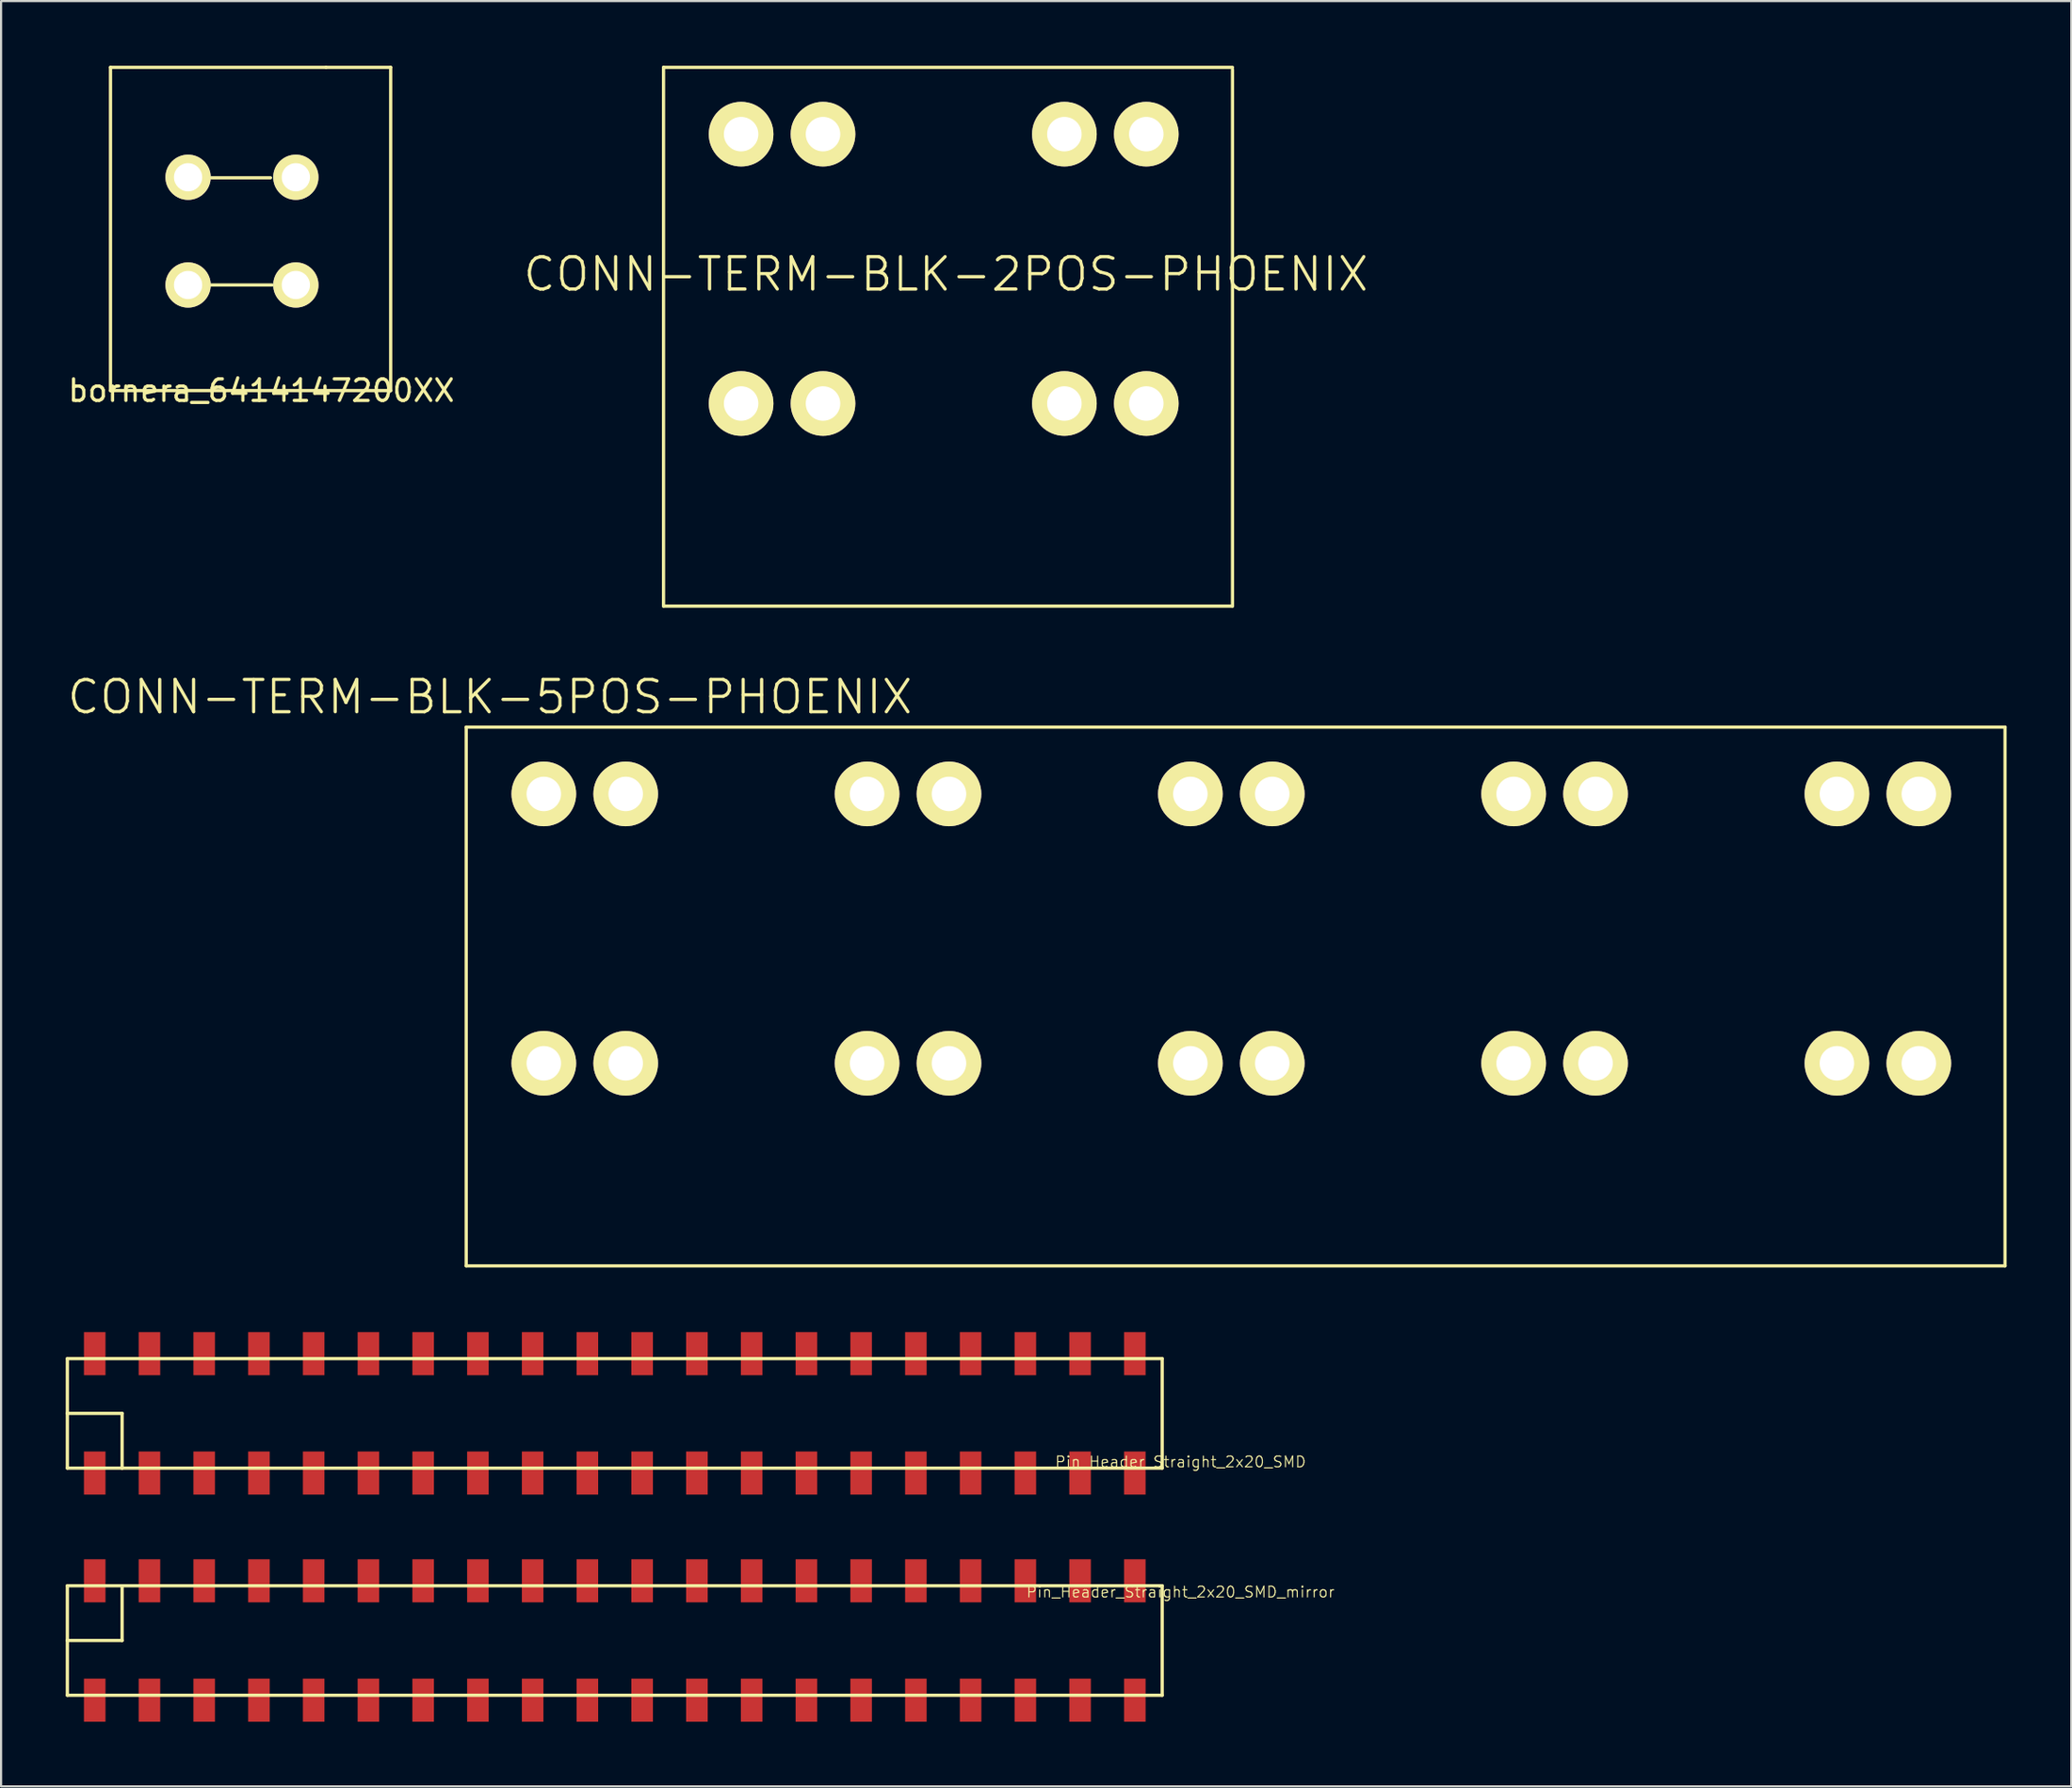
<source format=kicad_pcb>
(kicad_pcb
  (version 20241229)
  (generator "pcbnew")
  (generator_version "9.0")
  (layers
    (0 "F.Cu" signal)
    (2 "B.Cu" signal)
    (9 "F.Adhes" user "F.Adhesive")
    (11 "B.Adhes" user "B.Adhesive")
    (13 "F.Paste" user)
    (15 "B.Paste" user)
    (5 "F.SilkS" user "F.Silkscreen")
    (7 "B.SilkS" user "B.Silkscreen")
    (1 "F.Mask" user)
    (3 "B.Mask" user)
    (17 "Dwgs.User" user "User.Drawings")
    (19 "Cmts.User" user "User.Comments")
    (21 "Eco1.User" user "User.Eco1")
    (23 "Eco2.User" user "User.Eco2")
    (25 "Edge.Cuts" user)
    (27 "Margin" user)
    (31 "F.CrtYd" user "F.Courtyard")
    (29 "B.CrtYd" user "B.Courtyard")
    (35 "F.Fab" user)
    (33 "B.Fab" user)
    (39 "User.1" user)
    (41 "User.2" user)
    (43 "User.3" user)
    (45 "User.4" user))
  (footprint "CONN-TERM-BLK-2POS-PHOENIX"
    (layer "F.Cu")
    (at 31.337 15.675)
    (property "Reference" "CONN-TERM-BLK-2POS-PHOENIX" (at 9.5 -6 0) (layer "F.SilkS") (effects (font (size 1.5 1.5) (thickness 0.15))))
    (attr through_hole)
    (fp_line (start -3.6 -15.6) (end -3.6 9.4) (stroke (width 0.15) (type solid)) (layer "F.SilkS"))
    (fp_line (start -3.6 -15.6) (end 22.8 -15.6) (stroke (width 0.15) (type solid)) (layer "F.SilkS"))
    (fp_line (start -3.6 9.4) (end 22.8 9.4) (stroke (width 0.15) (type solid)) (layer "F.SilkS"))
    (fp_line (start 22.8 -15.5) (end 22.8 9.4) (stroke (width 0.15) (type solid)) (layer "F.SilkS"))
    (pad "1" thru_hole circle (at 0 -12.5) (size 3 3) (drill 1.6) (layers "*.Cu" "*.Mask" "F.SilkS"))
    (pad "1" thru_hole circle (at 0 0) (size 3 3) (drill 1.6) (layers "*.Cu" "*.Mask" "F.SilkS"))
    (pad "1" thru_hole circle (at 3.8 -12.5) (size 3 3) (drill 1.6) (layers "*.Cu" "*.Mask" "F.SilkS"))
    (pad "1" thru_hole circle (at 3.8 0) (size 3 3) (drill 1.6) (layers "*.Cu" "*.Mask" "F.SilkS"))
    (pad "2" thru_hole circle (at 15 -12.5) (size 3 3) (drill 1.6) (layers "*.Cu" "*.Mask" "F.SilkS"))
    (pad "2" thru_hole circle (at 15 0) (size 3 3) (drill 1.6) (layers "*.Cu" "*.Mask" "F.SilkS"))
    (pad "2" thru_hole circle (at 18.8 -12.5) (size 3 3) (drill 1.6) (layers "*.Cu" "*.Mask" "F.SilkS"))
    (pad "2" thru_hole circle (at 18.8 0) (size 3 3) (drill 1.6) (layers "*.Cu" "*.Mask" "F.SilkS")))
  (footprint "Pin_Header_Straight_2x20_SMD_mirror"
    (layer "F.Cu")
    (at 24.975 72.826)
    (property "Reference" "Pin_Header_Straight_2x20_SMD_mirror" (at 26.75 -2 180) (layer "F.SilkS") (effects (font (size 0.5 0.5) (thickness 0.05))))
    (attr through_hole)
    (fp_line (start -24.9 -2.29) (end -24.9 0.25) (stroke (width 0.15) (type solid)) (layer "F.SilkS"))
    (fp_line (start -24.9 -2.29) (end -22.36 -2.29) (stroke (width 0.15) (type solid)) (layer "F.SilkS"))
    (fp_line (start -24.9 0.25) (end -22.36 0.25) (stroke (width 0.15) (type solid)) (layer "F.SilkS"))
    (fp_line (start -24.9 2.79) (end -24.9 0.25) (stroke (width 0.15) (type solid)) (layer "F.SilkS"))
    (fp_line (start -22.36 -2.29) (end 25.9 -2.29) (stroke (width 0.15) (type solid)) (layer "F.SilkS"))
    (fp_line (start -22.36 0.25) (end -22.36 -2.29) (stroke (width 0.15) (type solid)) (layer "F.SilkS"))
    (fp_line (start 25.9 2.79) (end -24.9 2.79) (stroke (width 0.15) (type solid)) (layer "F.SilkS"))
    (fp_line (start 25.9 2.79) (end 25.9 -2.29) (stroke (width 0.15) (type solid)) (layer "F.SilkS"))
    (pad "1" smd rect (at -23.63 -2.52) (size 1 2) (layers "F.Cu" "F.Mask" "F.Paste"))
    (pad "2" smd rect (at -23.63 3.02) (size 1 2) (layers "F.Cu" "F.Mask" "F.Paste"))
    (pad "3" smd rect (at -21.09 -2.52) (size 1 2) (layers "F.Cu" "F.Mask" "F.Paste"))
    (pad "4" smd rect (at -21.09 3.02) (size 1 2) (layers "F.Cu" "F.Mask" "F.Paste"))
    (pad "5" smd rect (at -18.55 -2.52) (size 1 2) (layers "F.Cu" "F.Mask" "F.Paste"))
    (pad "6" smd rect (at -18.55 3.02) (size 1 2) (layers "F.Cu" "F.Mask" "F.Paste"))
    (pad "7" smd rect (at -16.01 -2.52) (size 1 2) (layers "F.Cu" "F.Mask" "F.Paste"))
    (pad "8" smd rect (at -16.01 3.02) (size 1 2) (layers "F.Cu" "F.Mask" "F.Paste"))
    (pad "9" smd rect (at -13.47 -2.52) (size 1 2) (layers "F.Cu" "F.Mask" "F.Paste"))
    (pad "10" smd rect (at -13.47 3.02) (size 1 2) (layers "F.Cu" "F.Mask" "F.Paste"))
    (pad "11" smd rect (at -10.93 -2.52) (size 1 2) (layers "F.Cu" "F.Mask" "F.Paste"))
    (pad "12" smd rect (at -10.93 3.02) (size 1 2) (layers "F.Cu" "F.Mask" "F.Paste"))
    (pad "13" smd rect (at -8.39 -2.52) (size 1 2) (layers "F.Cu" "F.Mask" "F.Paste"))
    (pad "14" smd rect (at -8.39 3.02) (size 1 2) (layers "F.Cu" "F.Mask" "F.Paste"))
    (pad "15" smd rect (at -5.85 -2.52) (size 1 2) (layers "F.Cu" "F.Mask" "F.Paste"))
    (pad "16" smd rect (at -5.85 3.02) (size 1 2) (layers "F.Cu" "F.Mask" "F.Paste"))
    (pad "17" smd rect (at -3.31 -2.52) (size 1 2) (layers "F.Cu" "F.Mask" "F.Paste"))
    (pad "18" smd rect (at -3.31 3.02) (size 1 2) (layers "F.Cu" "F.Mask" "F.Paste"))
    (pad "19" smd rect (at -0.77 -2.52) (size 1 2) (layers "F.Cu" "F.Mask" "F.Paste"))
    (pad "20" smd rect (at -0.77 3.02) (size 1 2) (layers "F.Cu" "F.Mask" "F.Paste"))
    (pad "21" smd rect (at 1.77 -2.52) (size 1 2) (layers "F.Cu" "F.Mask" "F.Paste"))
    (pad "22" smd rect (at 1.77 3.02) (size 1 2) (layers "F.Cu" "F.Mask" "F.Paste"))
    (pad "23" smd rect (at 4.31 -2.52) (size 1 2) (layers "F.Cu" "F.Mask" "F.Paste"))
    (pad "24" smd rect (at 4.31 3.02) (size 1 2) (layers "F.Cu" "F.Mask" "F.Paste"))
    (pad "25" smd rect (at 6.85 -2.52) (size 1 2) (layers "F.Cu" "F.Mask" "F.Paste"))
    (pad "26" smd rect (at 6.85 3.02) (size 1 2) (layers "F.Cu" "F.Mask" "F.Paste"))
    (pad "27" smd rect (at 9.39 -2.52) (size 1 2) (layers "F.Cu" "F.Mask" "F.Paste"))
    (pad "28" smd rect (at 9.39 3.02) (size 1 2) (layers "F.Cu" "F.Mask" "F.Paste"))
    (pad "29" smd rect (at 11.93 -2.52) (size 1 2) (layers "F.Cu" "F.Mask" "F.Paste"))
    (pad "30" smd rect (at 11.93 3.02) (size 1 2) (layers "F.Cu" "F.Mask" "F.Paste"))
    (pad "31" smd rect (at 14.47 -2.52) (size 1 2) (layers "F.Cu" "F.Mask" "F.Paste"))
    (pad "32" smd rect (at 14.47 3.02) (size 1 2) (layers "F.Cu" "F.Mask" "F.Paste"))
    (pad "33" smd rect (at 17.01 -2.52) (size 1 2) (layers "F.Cu" "F.Mask" "F.Paste"))
    (pad "34" smd rect (at 17.01 3.02) (size 1 2) (layers "F.Cu" "F.Mask" "F.Paste"))
    (pad "35" smd rect (at 19.55 -2.52) (size 1 2) (layers "F.Cu" "F.Mask" "F.Paste"))
    (pad "36" smd rect (at 19.55 3.02) (size 1 2) (layers "F.Cu" "F.Mask" "F.Paste"))
    (pad "37" smd rect (at 22.09 -2.52) (size 1 2) (layers "F.Cu" "F.Mask" "F.Paste"))
    (pad "38" smd rect (at 22.09 3.02) (size 1 2) (layers "F.Cu" "F.Mask" "F.Paste"))
    (pad "39" smd rect (at 24.63 -2.52) (size 1 2) (layers "F.Cu" "F.Mask" "F.Paste"))
    (pad "40" smd rect (at 24.63 3.02) (size 1 2) (layers "F.Cu" "F.Mask" "F.Paste")))
  (footprint "bornera_6414147200XX"
    (layer "F.Cu")
    (at 7.077 7.075)
    (property "Reference" "bornera_6414147200XX" (at 2 8 0) (layer "F.SilkS") (effects (font (size 1 1) (thickness 0.15))))
    (attr through_hole)
    (fp_line (start -5 -7) (end -5 8) (stroke (width 0.15) (type solid)) (layer "F.SilkS"))
    (fp_line (start -5 -7) (end 5 -7) (stroke (width 0.15) (type solid)) (layer "F.SilkS"))
    (fp_line (start -0.35 3.1) (end 2.5 3.1) (stroke (width 0.15) (type solid)) (layer "F.SilkS"))
    (fp_line (start -0.325 -1.875) (end 2.425 -1.875) (stroke (width 0.15) (type solid)) (layer "F.SilkS"))
    (fp_line (start 5 -7) (end 8 -7) (stroke (width 0.15) (type solid)) (layer "F.SilkS"))
    (fp_line (start 8 8) (end -5 8) (stroke (width 0.15) (type solid)) (layer "F.SilkS"))
    (fp_line (start 8 8) (end 8 -7) (stroke (width 0.15) (type solid)) (layer "F.SilkS"))
    (pad "1" thru_hole circle (at -1.4 -1.9) (size 2.1 2.1) (drill 1.31) (layers "*.Cu" "*.Mask" "F.SilkS"))
    (pad "1" thru_hole circle (at 3.6 -1.9) (size 2.1 2.1) (drill 1.31) (layers "*.Cu" "*.Mask" "F.SilkS"))
    (pad "2" thru_hole circle (at -1.4 3.1) (size 2.1 2.1) (drill 1.31) (layers "*.Cu" "*.Mask" "F.SilkS"))
    (pad "2" thru_hole circle (at 3.6 3.1) (size 2.1 2.1) (drill 1.31) (layers "*.Cu" "*.Mask" "F.SilkS")))
  (footprint "Pin_Header_Straight_2x20_SMD"
    (layer "F.Cu")
    (at 25.475 62.536)
    (property "Reference" "Pin_Header_Straight_2x20_SMD" (at 26.25 2.25 0) (layer "F.SilkS") (effects (font (size 0.5 0.5) (thickness 0.05))))
    (attr through_hole)
    (fp_line (start -25.4 -2.54) (end -25.4 0) (stroke (width 0.15) (type solid)) (layer "F.SilkS"))
    (fp_line (start -25.4 0) (end -22.86 0) (stroke (width 0.15) (type solid)) (layer "F.SilkS"))
    (fp_line (start -25.4 2.54) (end -25.4 0) (stroke (width 0.15) (type solid)) (layer "F.SilkS"))
    (fp_line (start -25.4 2.54) (end -22.86 2.54) (stroke (width 0.15) (type solid)) (layer "F.SilkS"))
    (fp_line (start -22.86 0) (end -22.86 2.54) (stroke (width 0.15) (type solid)) (layer "F.SilkS"))
    (fp_line (start -22.86 2.54) (end 25.4 2.54) (stroke (width 0.15) (type solid)) (layer "F.SilkS"))
    (fp_line (start 25.4 -2.54) (end -25.4 -2.54) (stroke (width 0.15) (type solid)) (layer "F.SilkS"))
    (fp_line (start 25.4 -2.54) (end 25.4 2.54) (stroke (width 0.15) (type solid)) (layer "F.SilkS"))
    (pad "1" smd rect (at -24.13 2.77) (size 1 2) (layers "F.Cu" "F.Mask" "F.Paste"))
    (pad "2" smd rect (at -24.13 -2.77) (size 1 2) (layers "F.Cu" "F.Mask" "F.Paste"))
    (pad "3" smd rect (at -21.59 2.77) (size 1 2) (layers "F.Cu" "F.Mask" "F.Paste"))
    (pad "4" smd rect (at -21.59 -2.77) (size 1 2) (layers "F.Cu" "F.Mask" "F.Paste"))
    (pad "5" smd rect (at -19.05 2.77) (size 1 2) (layers "F.Cu" "F.Mask" "F.Paste"))
    (pad "6" smd rect (at -19.05 -2.77) (size 1 2) (layers "F.Cu" "F.Mask" "F.Paste"))
    (pad "7" smd rect (at -16.51 2.77) (size 1 2) (layers "F.Cu" "F.Mask" "F.Paste"))
    (pad "8" smd rect (at -16.51 -2.77) (size 1 2) (layers "F.Cu" "F.Mask" "F.Paste"))
    (pad "9" smd rect (at -13.97 2.77) (size 1 2) (layers "F.Cu" "F.Mask" "F.Paste"))
    (pad "10" smd rect (at -13.97 -2.77) (size 1 2) (layers "F.Cu" "F.Mask" "F.Paste"))
    (pad "11" smd rect (at -11.43 2.77) (size 1 2) (layers "F.Cu" "F.Mask" "F.Paste"))
    (pad "12" smd rect (at -11.43 -2.77) (size 1 2) (layers "F.Cu" "F.Mask" "F.Paste"))
    (pad "13" smd rect (at -8.89 2.77) (size 1 2) (layers "F.Cu" "F.Mask" "F.Paste"))
    (pad "14" smd rect (at -8.89 -2.77) (size 1 2) (layers "F.Cu" "F.Mask" "F.Paste"))
    (pad "15" smd rect (at -6.35 2.77) (size 1 2) (layers "F.Cu" "F.Mask" "F.Paste"))
    (pad "16" smd rect (at -6.35 -2.77) (size 1 2) (layers "F.Cu" "F.Mask" "F.Paste"))
    (pad "17" smd rect (at -3.81 2.77) (size 1 2) (layers "F.Cu" "F.Mask" "F.Paste"))
    (pad "18" smd rect (at -3.81 -2.77) (size 1 2) (layers "F.Cu" "F.Mask" "F.Paste"))
    (pad "19" smd rect (at -1.27 2.77) (size 1 2) (layers "F.Cu" "F.Mask" "F.Paste"))
    (pad "20" smd rect (at -1.27 -2.77) (size 1 2) (layers "F.Cu" "F.Mask" "F.Paste"))
    (pad "21" smd rect (at 1.27 2.77) (size 1 2) (layers "F.Cu" "F.Mask" "F.Paste"))
    (pad "22" smd rect (at 1.27 -2.77) (size 1 2) (layers "F.Cu" "F.Mask" "F.Paste"))
    (pad "23" smd rect (at 3.81 2.77) (size 1 2) (layers "F.Cu" "F.Mask" "F.Paste"))
    (pad "24" smd rect (at 3.81 -2.77) (size 1 2) (layers "F.Cu" "F.Mask" "F.Paste"))
    (pad "25" smd rect (at 6.35 2.77) (size 1 2) (layers "F.Cu" "F.Mask" "F.Paste"))
    (pad "26" smd rect (at 6.35 -2.77) (size 1 2) (layers "F.Cu" "F.Mask" "F.Paste"))
    (pad "27" smd rect (at 8.89 2.77) (size 1 2) (layers "F.Cu" "F.Mask" "F.Paste"))
    (pad "28" smd rect (at 8.89 -2.77) (size 1 2) (layers "F.Cu" "F.Mask" "F.Paste"))
    (pad "29" smd rect (at 11.43 2.77) (size 1 2) (layers "F.Cu" "F.Mask" "F.Paste"))
    (pad "30" smd rect (at 11.43 -2.77) (size 1 2) (layers "F.Cu" "F.Mask" "F.Paste"))
    (pad "31" smd rect (at 13.97 2.77) (size 1 2) (layers "F.Cu" "F.Mask" "F.Paste"))
    (pad "32" smd rect (at 13.97 -2.77) (size 1 2) (layers "F.Cu" "F.Mask" "F.Paste"))
    (pad "33" smd rect (at 16.51 2.77) (size 1 2) (layers "F.Cu" "F.Mask" "F.Paste"))
    (pad "34" smd rect (at 16.51 -2.77) (size 1 2) (layers "F.Cu" "F.Mask" "F.Paste"))
    (pad "35" smd rect (at 19.05 2.77) (size 1 2) (layers "F.Cu" "F.Mask" "F.Paste"))
    (pad "36" smd rect (at 19.05 -2.77) (size 1 2) (layers "F.Cu" "F.Mask" "F.Paste"))
    (pad "37" smd rect (at 21.59 2.77) (size 1 2) (layers "F.Cu" "F.Mask" "F.Paste"))
    (pad "38" smd rect (at 21.59 -2.77) (size 1 2) (layers "F.Cu" "F.Mask" "F.Paste"))
    (pad "39" smd rect (at 24.13 2.77) (size 1 2) (layers "F.Cu" "F.Mask" "F.Paste"))
    (pad "40" smd rect (at 24.13 -2.77) (size 1 2) (layers "F.Cu" "F.Mask" "F.Paste")))
  (footprint "CONN-TERM-BLK-5POS-PHOENIX"
    (layer "F.Cu")
    (at 18.582 30.691)
    (property "Reference" "CONN-TERM-BLK-5POS-PHOENIX" (at 1.1 -1.4 0) (layer "F.SilkS") (effects (font (size 1.5 1.5) (thickness 0.15))))
    (attr through_hole)
    (fp_line (start 0 0) (end 0 25) (stroke (width 0.15) (type solid)) (layer "F.SilkS"))
    (fp_line (start 0 0) (end 71.4 0) (stroke (width 0.15) (type solid)) (layer "F.SilkS"))
    (fp_line (start 0 25) (end 71.4 25) (stroke (width 0.15) (type solid)) (layer "F.SilkS"))
    (fp_line (start 71.4 0) (end 71.4 25) (stroke (width 0.15) (type solid)) (layer "F.SilkS"))
    (pad "1" thru_hole circle (at 3.6 3.1) (size 3 3) (drill 1.6) (layers "*.Cu" "*.Mask" "F.SilkS"))
    (pad "1" thru_hole circle (at 3.6 15.6) (size 3 3) (drill 1.6) (layers "*.Cu" "*.Mask" "F.SilkS"))
    (pad "1" thru_hole circle (at 7.4 3.1) (size 3 3) (drill 1.6) (layers "*.Cu" "*.Mask" "F.SilkS"))
    (pad "1" thru_hole circle (at 7.4 15.6) (size 3 3) (drill 1.6) (layers "*.Cu" "*.Mask" "F.SilkS"))
    (pad "2" thru_hole circle (at 18.6 3.1) (size 3 3) (drill 1.6) (layers "*.Cu" "*.Mask" "F.SilkS"))
    (pad "2" thru_hole circle (at 18.6 15.6) (size 3 3) (drill 1.6) (layers "*.Cu" "*.Mask" "F.SilkS"))
    (pad "2" thru_hole circle (at 22.4 3.1) (size 3 3) (drill 1.6) (layers "*.Cu" "*.Mask" "F.SilkS"))
    (pad "2" thru_hole circle (at 22.4 15.6) (size 3 3) (drill 1.6) (layers "*.Cu" "*.Mask" "F.SilkS"))
    (pad "3" thru_hole circle (at 33.6 3.1) (size 3 3) (drill 1.6) (layers "*.Cu" "*.Mask" "F.SilkS"))
    (pad "3" thru_hole circle (at 33.6 15.6) (size 3 3) (drill 1.6) (layers "*.Cu" "*.Mask" "F.SilkS"))
    (pad "3" thru_hole circle (at 37.4 3.1) (size 3 3) (drill 1.6) (layers "*.Cu" "*.Mask" "F.SilkS"))
    (pad "3" thru_hole circle (at 37.4 15.6) (size 3 3) (drill 1.6) (layers "*.Cu" "*.Mask" "F.SilkS"))
    (pad "4" thru_hole circle (at 48.6 3.1) (size 3 3) (drill 1.6) (layers "*.Cu" "*.Mask" "F.SilkS"))
    (pad "4" thru_hole circle (at 48.6 15.6) (size 3 3) (drill 1.6) (layers "*.Cu" "*.Mask" "F.SilkS"))
    (pad "4" thru_hole circle (at 52.4 3.1) (size 3 3) (drill 1.6) (layers "*.Cu" "*.Mask" "F.SilkS"))
    (pad "4" thru_hole circle (at 52.4 15.6) (size 3 3) (drill 1.6) (layers "*.Cu" "*.Mask" "F.SilkS"))
    (pad "5" thru_hole circle (at 63.6 3.1) (size 3 3) (drill 1.6) (layers "*.Cu" "*.Mask" "F.SilkS"))
    (pad "5" thru_hole circle (at 63.6 15.6) (size 3 3) (drill 1.6) (layers "*.Cu" "*.Mask" "F.SilkS"))
    (pad "5" thru_hole circle (at 67.4 3.1) (size 3 3) (drill 1.6) (layers "*.Cu" "*.Mask" "F.SilkS"))
    (pad "5" thru_hole circle (at 67.4 15.6) (size 3 3) (drill 1.6) (layers "*.Cu" "*.Mask" "F.SilkS")))
  (gr_rect
    (start -3 -3)
    (end 93.057 79.846)
    (stroke (width 0.1) (type default))
    (fill no)
    (layer "Edge.Cuts")))
</source>
